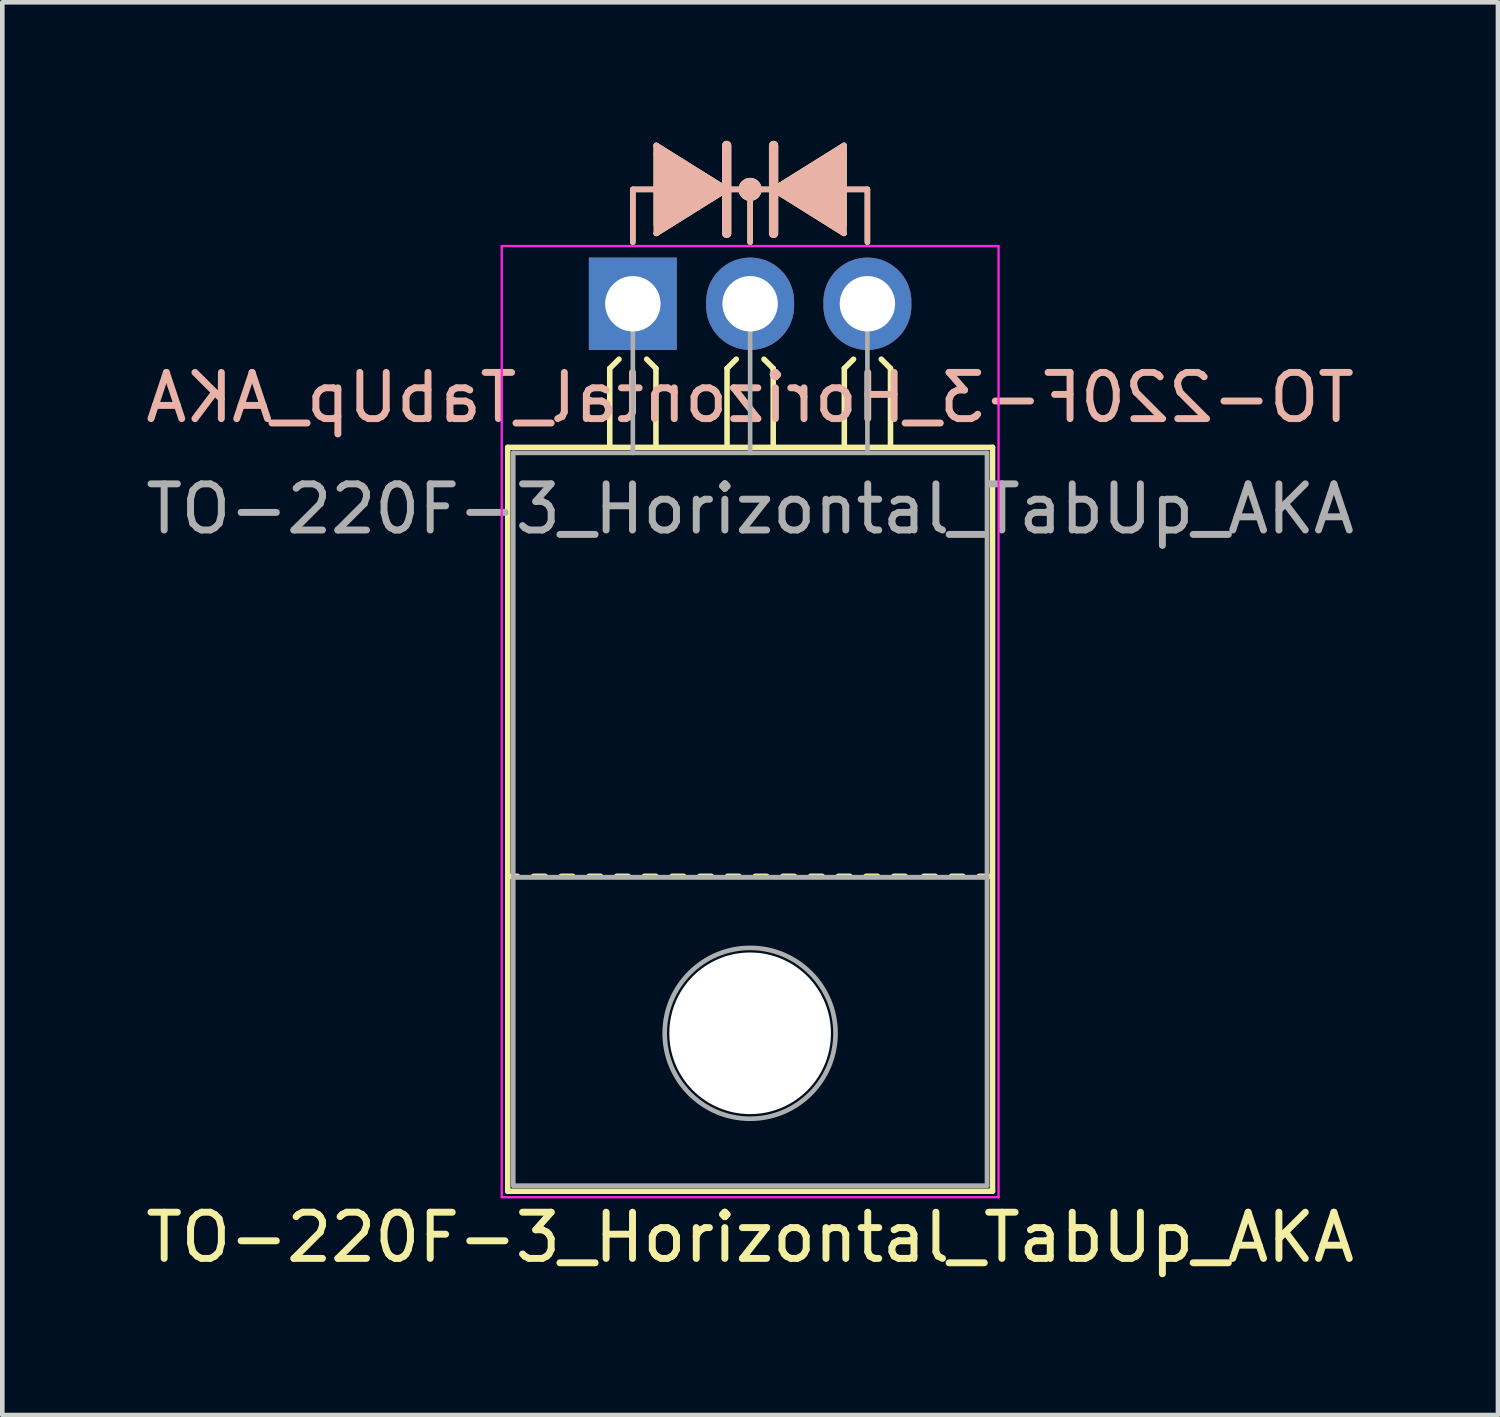
<source format=kicad_pcb>
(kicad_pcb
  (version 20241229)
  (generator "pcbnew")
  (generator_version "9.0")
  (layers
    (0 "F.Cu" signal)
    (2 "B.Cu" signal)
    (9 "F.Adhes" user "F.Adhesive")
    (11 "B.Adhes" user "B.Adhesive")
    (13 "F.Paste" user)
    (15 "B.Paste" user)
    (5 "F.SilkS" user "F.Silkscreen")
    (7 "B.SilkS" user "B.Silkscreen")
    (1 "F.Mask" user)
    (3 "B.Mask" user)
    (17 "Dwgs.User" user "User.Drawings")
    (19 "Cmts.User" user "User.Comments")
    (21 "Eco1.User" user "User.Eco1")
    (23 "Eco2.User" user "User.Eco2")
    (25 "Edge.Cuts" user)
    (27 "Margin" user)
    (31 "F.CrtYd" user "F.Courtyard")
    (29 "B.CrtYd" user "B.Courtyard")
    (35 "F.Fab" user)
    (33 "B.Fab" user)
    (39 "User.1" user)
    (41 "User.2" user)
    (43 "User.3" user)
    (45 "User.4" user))
  (footprint "TO-220F-3_Horizontal_TabUp_AKA"
    (layer "F.Cu")
    (at 10.656 3.529)
    (property "Reference" "TO-220F-3_Horizontal_TabUp_AKA" (at 2.54 20.22 0) (layer "F.SilkS") (effects (font (size 1 1) (thickness 0.15))))
    (fp_line (start -2.71 19.22) (end -2.71 3.11) (stroke (width 0.12) (type solid)) (layer "F.SilkS"))
    (fp_line (start -2.5 12.4) (end -2.7 12.4) (stroke (width 0.12) (type solid)) (layer "F.SilkS"))
    (fp_line (start -1.9 12.4) (end -2.15 12.4) (stroke (width 0.12) (type solid)) (layer "F.SilkS"))
    (fp_line (start -1.3 12.4) (end -1.55 12.4) (stroke (width 0.12) (type solid)) (layer "F.SilkS"))
    (fp_line (start -0.7 12.4) (end -0.95 12.4) (stroke (width 0.12) (type solid)) (layer "F.SilkS"))
    (fp_line (start -0.5 1.4) (end -0.3 1.2) (stroke (width 0.12) (type solid)) (layer "F.SilkS"))
    (fp_line (start -0.5 3.048) (end -0.5 1.4) (stroke (width 0.12) (type solid)) (layer "F.SilkS"))
    (fp_line (start -0.1 12.4) (end -0.35 12.4) (stroke (width 0.12) (type solid)) (layer "F.SilkS"))
    (fp_line (start 0 -2.477) (end 0.508 -2.477) (stroke (width 0.12) (type solid)) (layer "F.SilkS"))
    (fp_line (start 0 -1.333) (end 0 -2.477) (stroke (width 0.12) (type solid)) (layer "F.SilkS"))
    (fp_line (start 0.5 1.4) (end 0.3 1.2) (stroke (width 0.12) (type solid)) (layer "F.SilkS"))
    (fp_line (start 0.5 3.048) (end 0.5 1.4) (stroke (width 0.12) (type solid)) (layer "F.SilkS"))
    (fp_line (start 0.5 12.4) (end 0.25 12.4) (stroke (width 0.12) (type solid)) (layer "F.SilkS"))
    (fp_line (start 0.508 -3.429) (end 0.508 -1.524) (stroke (width 0.12) (type solid)) (layer "F.SilkS"))
    (fp_line (start 0.508 -1.524) (end 2.032 -2.477) (stroke (width 0.12) (type solid)) (layer "F.SilkS"))
    (fp_line (start 1.1 12.4) (end 0.85 12.4) (stroke (width 0.12) (type solid)) (layer "F.SilkS"))
    (fp_line (start 1.7 12.4) (end 1.45 12.4) (stroke (width 0.12) (type solid)) (layer "F.SilkS"))
    (fp_line (start 2.032 -2.477) (end 0.508 -3.429) (stroke (width 0.12) (type solid)) (layer "F.SilkS"))
    (fp_line (start 2.032 -1.524) (end 2.032 -3.429) (stroke (width 0.2) (type solid)) (layer "F.SilkS"))
    (fp_line (start 2.04 1.4) (end 2.24 1.2) (stroke (width 0.12) (type solid)) (layer "F.SilkS"))
    (fp_line (start 2.04 3.048) (end 2.04 1.4) (stroke (width 0.12) (type solid)) (layer "F.SilkS"))
    (fp_line (start 2.3 12.4) (end 2.05 12.4) (stroke (width 0.12) (type solid)) (layer "F.SilkS"))
    (fp_line (start 2.54 -2.477) (end 2.032 -2.477) (stroke (width 0.12) (type solid)) (layer "F.SilkS"))
    (fp_line (start 2.54 -2.477) (end 3.048 -2.477) (stroke (width 0.12) (type solid)) (layer "F.SilkS"))
    (fp_line (start 2.54 -1.333) (end 2.54 -2.477) (stroke (width 0.12) (type solid)) (layer "F.SilkS"))
    (fp_line (start 2.9 12.4) (end 2.65 12.4) (stroke (width 0.12) (type solid)) (layer "F.SilkS"))
    (fp_line (start 3.04 1.4) (end 2.84 1.2) (stroke (width 0.12) (type solid)) (layer "F.SilkS"))
    (fp_line (start 3.04 3.048) (end 3.04 1.4) (stroke (width 0.12) (type solid)) (layer "F.SilkS"))
    (fp_line (start 3.048 -3.429) (end 3.048 -1.524) (stroke (width 0.2) (type solid)) (layer "F.SilkS"))
    (fp_line (start 3.048 -2.477) (end 4.572 -3.429) (stroke (width 0.12) (type solid)) (layer "F.SilkS"))
    (fp_line (start 3.048 -2.477) (end 4.572 -1.524) (stroke (width 0.12) (type solid)) (layer "F.SilkS"))
    (fp_line (start 3.5 12.4) (end 3.25 12.4) (stroke (width 0.12) (type solid)) (layer "F.SilkS"))
    (fp_line (start 4.1 12.4) (end 3.85 12.4) (stroke (width 0.12) (type solid)) (layer "F.SilkS"))
    (fp_line (start 4.572 -3.239) (end 4.572 -3.429) (stroke (width 0.12) (type solid)) (layer "F.SilkS"))
    (fp_line (start 4.572 -1.714) (end 4.572 -3.239) (stroke (width 0.12) (type solid)) (layer "F.SilkS"))
    (fp_line (start 4.58 1.4) (end 4.78 1.2) (stroke (width 0.12) (type solid)) (layer "F.SilkS"))
    (fp_line (start 4.58 3.048) (end 4.58 1.4) (stroke (width 0.12) (type solid)) (layer "F.SilkS"))
    (fp_line (start 4.7 12.4) (end 4.45 12.4) (stroke (width 0.12) (type solid)) (layer "F.SilkS"))
    (fp_line (start 5.08 -2.477) (end 4.572 -2.477) (stroke (width 0.12) (type solid)) (layer "F.SilkS"))
    (fp_line (start 5.08 -1.333) (end 5.08 -2.477) (stroke (width 0.12) (type solid)) (layer "F.SilkS"))
    (fp_line (start 5.3 12.4) (end 5.05 12.4) (stroke (width 0.12) (type solid)) (layer "F.SilkS"))
    (fp_line (start 5.58 1.4) (end 5.38 1.2) (stroke (width 0.12) (type solid)) (layer "F.SilkS"))
    (fp_line (start 5.58 3.048) (end 5.58 1.4) (stroke (width 0.12) (type solid)) (layer "F.SilkS"))
    (fp_line (start 5.9 12.4) (end 5.65 12.4) (stroke (width 0.12) (type solid)) (layer "F.SilkS"))
    (fp_line (start 6.55 12.4) (end 6.3 12.4) (stroke (width 0.12) (type solid)) (layer "F.SilkS"))
    (fp_line (start 7.15 12.4) (end 6.9 12.4) (stroke (width 0.12) (type solid)) (layer "F.SilkS"))
    (fp_line (start 7.75 12.4) (end 7.5 12.4) (stroke (width 0.12) (type solid)) (layer "F.SilkS"))
    (fp_line (start 7.79 3.11) (end -2.71 3.11) (stroke (width 0.12) (type solid)) (layer "F.SilkS"))
    (fp_line (start 7.79 19.22) (end -2.71 19.22) (stroke (width 0.12) (type solid)) (layer "F.SilkS"))
    (fp_line (start 7.79 19.22) (end 7.79 3.11) (stroke (width 0.12) (type solid)) (layer "F.SilkS"))
    (fp_circle (center 2.54 -2.477) (end 2.54 -2.667) (stroke (width 0.12) (type solid)) (fill no) (layer "F.SilkS"))
    (fp_circle (center 2.54 -2.477) (end 2.54 -2.603) (stroke (width 0.12) (type solid)) (fill no) (layer "F.SilkS"))
    (fp_circle (center 2.54 -2.477) (end 2.54 -2.54) (stroke (width 0.12) (type solid)) (fill no) (layer "F.SilkS"))
    (fp_poly (pts (xy 0.508 -3.429) (xy 2.032 -2.477) (xy 0.508 -1.524)) (stroke (width 0.1) (type solid)) (fill yes) (layer "F.SilkS"))
    (fp_poly (pts (xy 3.048 -2.477) (xy 4.572 -3.429) (xy 4.572 -1.524)) (stroke (width 0.1) (type solid)) (fill yes) (layer "F.SilkS"))
    (fp_line (start 0 -2.477) (end 0.508 -2.477) (stroke (width 0.12) (type solid)) (layer "B.SilkS"))
    (fp_line (start 0 -1.333) (end 0 -2.477) (stroke (width 0.12) (type solid)) (layer "B.SilkS"))
    (fp_line (start 0.508 -3.239) (end 0.508 -3.429) (stroke (width 0.12) (type solid)) (layer "B.SilkS"))
    (fp_line (start 0.508 -1.714) (end 0.508 -3.239) (stroke (width 0.12) (type solid)) (layer "B.SilkS"))
    (fp_line (start 2.032 -3.429) (end 2.032 -1.524) (stroke (width 0.2) (type solid)) (layer "B.SilkS"))
    (fp_line (start 2.032 -2.477) (end 0.508 -3.429) (stroke (width 0.12) (type solid)) (layer "B.SilkS"))
    (fp_line (start 2.032 -2.477) (end 0.508 -1.524) (stroke (width 0.12) (type solid)) (layer "B.SilkS"))
    (fp_line (start 2.54 -2.477) (end 2.032 -2.477) (stroke (width 0.12) (type solid)) (layer "B.SilkS"))
    (fp_line (start 2.54 -2.477) (end 3.048 -2.477) (stroke (width 0.12) (type solid)) (layer "B.SilkS"))
    (fp_line (start 2.54 -1.333) (end 2.54 -2.477) (stroke (width 0.12) (type solid)) (layer "B.SilkS"))
    (fp_line (start 3.048 -2.477) (end 4.572 -3.429) (stroke (width 0.12) (type solid)) (layer "B.SilkS"))
    (fp_line (start 3.048 -1.524) (end 3.048 -3.429) (stroke (width 0.2) (type solid)) (layer "B.SilkS"))
    (fp_line (start 4.572 -3.429) (end 4.572 -1.524) (stroke (width 0.12) (type solid)) (layer "B.SilkS"))
    (fp_line (start 4.572 -1.524) (end 3.048 -2.477) (stroke (width 0.12) (type solid)) (layer "B.SilkS"))
    (fp_line (start 5.08 -2.477) (end 4.572 -2.477) (stroke (width 0.12) (type solid)) (layer "B.SilkS"))
    (fp_line (start 5.08 -1.333) (end 5.08 -2.477) (stroke (width 0.12) (type solid)) (layer "B.SilkS"))
    (fp_circle (center 2.54 -2.477) (end 2.54 -2.667) (stroke (width 0.12) (type solid)) (fill no) (layer "B.SilkS"))
    (fp_circle (center 2.54 -2.477) (end 2.54 -2.603) (stroke (width 0.12) (type solid)) (fill no) (layer "B.SilkS"))
    (fp_circle (center 2.54 -2.477) (end 2.54 -2.54) (stroke (width 0.12) (type solid)) (fill no) (layer "B.SilkS"))
    (fp_poly (pts (xy 2.032 -2.477) (xy 0.508 -3.429) (xy 0.508 -1.524)) (stroke (width 0.1) (type solid)) (fill yes) (layer "B.SilkS"))
    (fp_poly (pts (xy 4.572 -3.429) (xy 3.048 -2.477) (xy 4.572 -1.524)) (stroke (width 0.1) (type solid)) (fill yes) (layer "B.SilkS"))
    (fp_line (start -2.84 -1.25) (end -2.84 19.35) (stroke (width 0.05) (type solid)) (layer "F.CrtYd"))
    (fp_line (start -2.84 19.35) (end 7.92 19.35) (stroke (width 0.05) (type solid)) (layer "F.CrtYd"))
    (fp_line (start 7.92 -1.25) (end -2.84 -1.25) (stroke (width 0.05) (type solid)) (layer "F.CrtYd"))
    (fp_line (start 7.92 19.35) (end 7.92 -1.25) (stroke (width 0.05) (type solid)) (layer "F.CrtYd"))
    (fp_line (start -2.59 3.23) (end -2.59 12.42) (stroke (width 0.1) (type solid)) (layer "F.Fab"))
    (fp_line (start -2.59 12.42) (end -2.59 19.1) (stroke (width 0.1) (type solid)) (layer "F.Fab"))
    (fp_line (start -2.59 12.42) (end 7.67 12.42) (stroke (width 0.1) (type solid)) (layer "F.Fab"))
    (fp_line (start -2.59 19.1) (end 7.67 19.1) (stroke (width 0.1) (type solid)) (layer "F.Fab"))
    (fp_line (start 0 3.23) (end 0 0) (stroke (width 0.1) (type solid)) (layer "F.Fab"))
    (fp_line (start 2.54 3.23) (end 2.54 0) (stroke (width 0.1) (type solid)) (layer "F.Fab"))
    (fp_line (start 5.08 3.23) (end 5.08 0) (stroke (width 0.1) (type solid)) (layer "F.Fab"))
    (fp_line (start 7.67 3.23) (end -2.59 3.23) (stroke (width 0.1) (type solid)) (layer "F.Fab"))
    (fp_line (start 7.67 12.42) (end -2.59 12.42) (stroke (width 0.1) (type solid)) (layer "F.Fab"))
    (fp_line (start 7.67 12.42) (end 7.67 3.23) (stroke (width 0.1) (type solid)) (layer "F.Fab"))
    (fp_line (start 7.67 19.1) (end 7.67 12.42) (stroke (width 0.1) (type solid)) (layer "F.Fab"))
    (fp_circle (center 2.54 15.8) (end 4.39 15.8) (stroke (width 0.1) (type solid)) (fill no) (layer "F.Fab"))
    (fp_text user "${REFERENCE}" (at 2.54 2.032 0) (layer "B.SilkS") (effects (font (size 1 1) (thickness 0.15)) (justify mirror)))
    (fp_text user "${REFERENCE}" (at 2.54 4.445 0) (layer "F.Fab") (effects (font (size 1 1) (thickness 0.15))))
    (pad "" np_thru_hole oval (at 2.54 15.8) (size 3.5 3.5) (drill 3.5) (layers "*.Cu" "*.Mask"))
    (pad "1" thru_hole rect (at 0 0) (size 1.905 2) (drill 1.2) (layers "*.Cu" "*.Mask"))
    (pad "2" thru_hole oval (at 2.54 0) (size 1.905 2) (drill 1.2) (layers "*.Cu" "*.Mask"))
    (pad "3" thru_hole oval (at 5.08 0) (size 1.905 2) (drill 1.2) (layers "*.Cu" "*.Mask")))
  (gr_rect
    (start -3 -3)
    (end 29.393 27.597)
    (stroke (width 0.1) (type default))
    (fill no)
    (layer "Edge.Cuts")))
</source>
